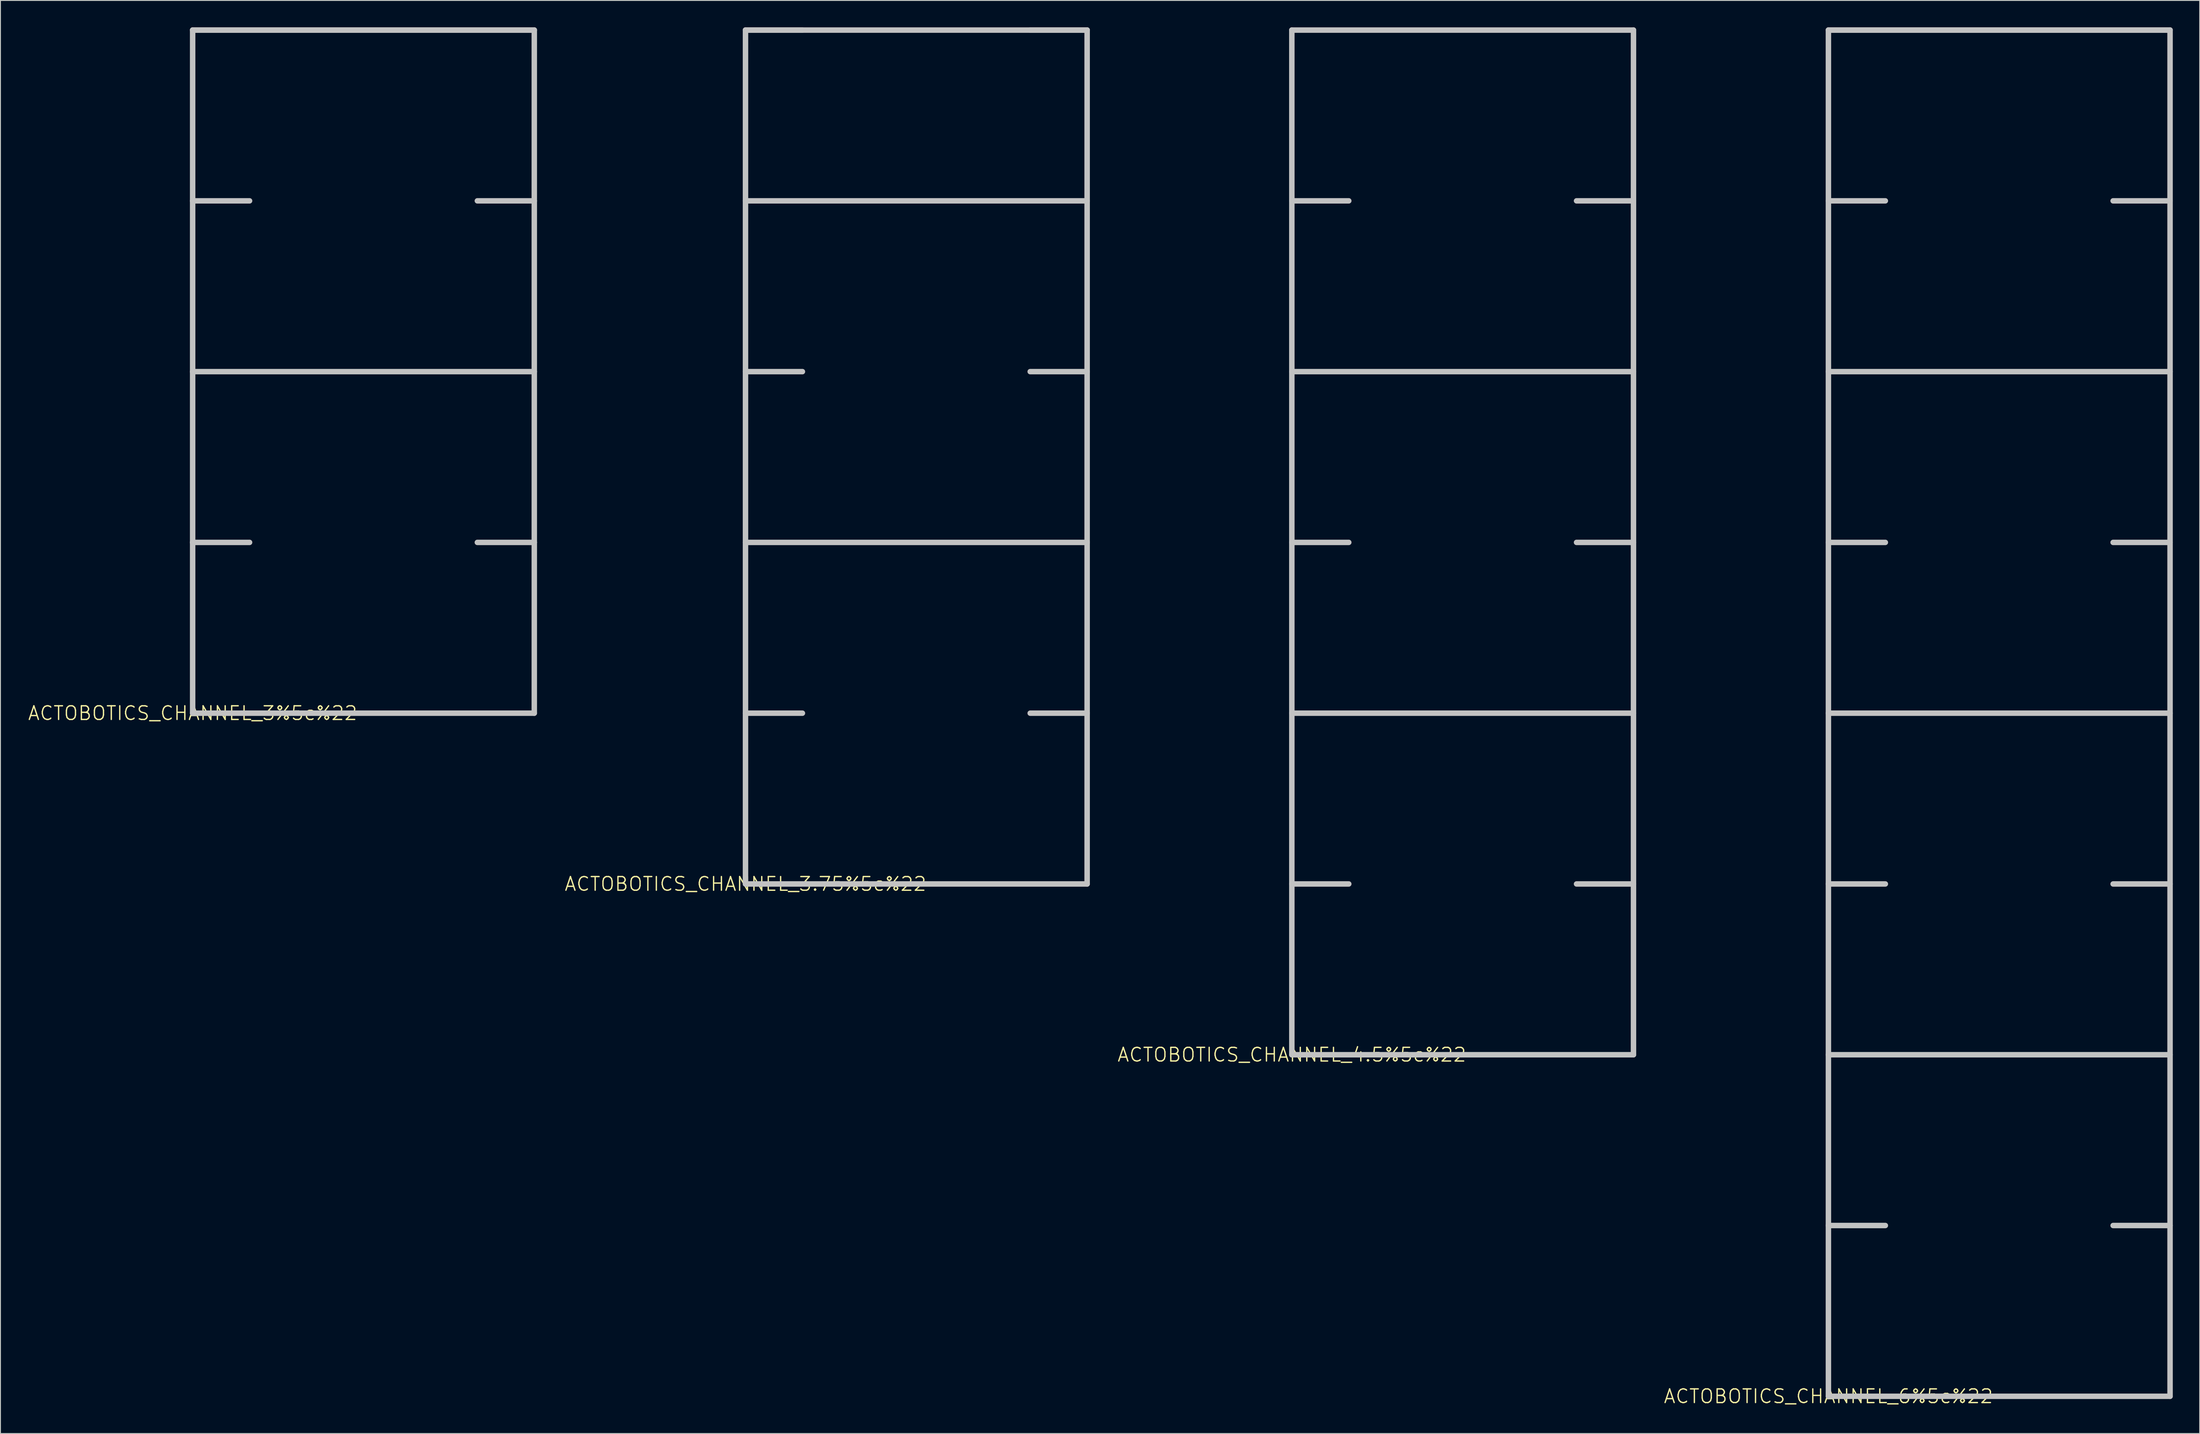
<source format=kicad_pcb>
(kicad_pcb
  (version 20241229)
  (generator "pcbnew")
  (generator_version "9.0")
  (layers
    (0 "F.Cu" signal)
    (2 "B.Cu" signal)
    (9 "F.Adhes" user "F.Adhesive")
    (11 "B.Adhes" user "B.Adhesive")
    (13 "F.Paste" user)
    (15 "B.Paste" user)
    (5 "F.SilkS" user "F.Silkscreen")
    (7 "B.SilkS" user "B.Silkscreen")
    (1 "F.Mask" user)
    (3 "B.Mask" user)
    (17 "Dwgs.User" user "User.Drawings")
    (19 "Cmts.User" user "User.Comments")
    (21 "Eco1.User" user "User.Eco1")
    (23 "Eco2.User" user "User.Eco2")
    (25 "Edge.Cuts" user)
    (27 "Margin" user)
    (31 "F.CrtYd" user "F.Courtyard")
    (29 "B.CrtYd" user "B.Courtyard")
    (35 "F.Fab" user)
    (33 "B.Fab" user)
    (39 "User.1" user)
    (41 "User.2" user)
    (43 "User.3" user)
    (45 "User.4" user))
  (footprint "ACTOBOTICS_CHANNEL_4.5%5c%22"
    (layer "F.Cu")
    (at 141.012 114.605)
    (property "Reference" "ACTOBOTICS_CHANNEL_4.5%5c%22" (at 0 0 0) (layer "F.SilkS") (effects (font (size 1.524 1.524) (thickness 0.15))))
    (attr exclude_from_pos_files exclude_from_bom)
    (fp_line (start 0 -114.3) (end 0 -76.2) (stroke (width 0.61) (type solid)) (layer "Dwgs.User"))
    (fp_line (start 0 -95.25) (end 6.35 -95.25) (stroke (width 0.61) (type solid)) (layer "Dwgs.User"))
    (fp_line (start 0 -76.2) (end 0 -57.15) (stroke (width 0.61) (type solid)) (layer "Dwgs.User"))
    (fp_line (start 0 -76.2) (end 38.1 -76.2) (stroke (width 0.61) (type solid)) (layer "Dwgs.User"))
    (fp_line (start 0 -57.15) (end 0 -38.1) (stroke (width 0.61) (type solid)) (layer "Dwgs.User"))
    (fp_line (start 0 -57.15) (end 6.35 -57.15) (stroke (width 0.61) (type solid)) (layer "Dwgs.User"))
    (fp_line (start 0 -38.1) (end 0 -19.05) (stroke (width 0.61) (type solid)) (layer "Dwgs.User"))
    (fp_line (start 0 -38.1) (end 38.1 -38.1) (stroke (width 0.61) (type solid)) (layer "Dwgs.User"))
    (fp_line (start 0 -19.05) (end 0 0) (stroke (width 0.61) (type solid)) (layer "Dwgs.User"))
    (fp_line (start 0 -19.05) (end 6.35 -19.05) (stroke (width 0.61) (type solid)) (layer "Dwgs.User"))
    (fp_line (start 0 0) (end 38.1 0) (stroke (width 0.61) (type solid)) (layer "Dwgs.User"))
    (fp_line (start 38.1 -114.3) (end 0 -114.3) (stroke (width 0.61) (type solid)) (layer "Dwgs.User"))
    (fp_line (start 38.1 -95.25) (end 31.75 -95.25) (stroke (width 0.61) (type solid)) (layer "Dwgs.User"))
    (fp_line (start 38.1 -76.2) (end 38.1 -114.3) (stroke (width 0.61) (type solid)) (layer "Dwgs.User"))
    (fp_line (start 38.1 -57.15) (end 31.75 -57.15) (stroke (width 0.61) (type solid)) (layer "Dwgs.User"))
    (fp_line (start 38.1 -57.15) (end 38.1 -76.2) (stroke (width 0.61) (type solid)) (layer "Dwgs.User"))
    (fp_line (start 38.1 -38.1) (end 38.1 -57.15) (stroke (width 0.61) (type solid)) (layer "Dwgs.User"))
    (fp_line (start 38.1 -19.05) (end 31.75 -19.05) (stroke (width 0.61) (type solid)) (layer "Dwgs.User"))
    (fp_line (start 38.1 -19.05) (end 38.1 -38.1) (stroke (width 0.61) (type solid)) (layer "Dwgs.User"))
    (fp_line (start 38.1 0) (end 38.1 -19.05) (stroke (width 0.61) (type solid)) (layer "Dwgs.User")))
  (footprint "ACTOBOTICS_CHANNEL_6%5c%22"
    (layer "F.Cu")
    (at 200.85 152.705)
    (property "Reference" "ACTOBOTICS_CHANNEL_6%5c%22" (at 0 0 0) (layer "F.SilkS") (effects (font (size 1.524 1.524) (thickness 0.15))))
    (attr exclude_from_pos_files exclude_from_bom)
    (fp_line (start 0 -152.4) (end 0 -114.3) (stroke (width 0.61) (type solid)) (layer "Dwgs.User"))
    (fp_line (start 0 -152.4) (end 38.1 -152.4) (stroke (width 0.61) (type solid)) (layer "Dwgs.User"))
    (fp_line (start 0 -133.35) (end 6.35 -133.35) (stroke (width 0.61) (type solid)) (layer "Dwgs.User"))
    (fp_line (start 0 -114.3) (end 0 -76.2) (stroke (width 0.61) (type solid)) (layer "Dwgs.User"))
    (fp_line (start 0 -114.3) (end 38.1 -114.3) (stroke (width 0.61) (type solid)) (layer "Dwgs.User"))
    (fp_line (start 0 -95.25) (end 6.35 -95.25) (stroke (width 0.61) (type solid)) (layer "Dwgs.User"))
    (fp_line (start 0 -76.2) (end 0 -57.15) (stroke (width 0.61) (type solid)) (layer "Dwgs.User"))
    (fp_line (start 0 -76.2) (end 38.1 -76.2) (stroke (width 0.61) (type solid)) (layer "Dwgs.User"))
    (fp_line (start 0 -57.15) (end 0 -38.1) (stroke (width 0.61) (type solid)) (layer "Dwgs.User"))
    (fp_line (start 0 -57.15) (end 6.35 -57.15) (stroke (width 0.61) (type solid)) (layer "Dwgs.User"))
    (fp_line (start 0 -38.1) (end 0 -19.05) (stroke (width 0.61) (type solid)) (layer "Dwgs.User"))
    (fp_line (start 0 -38.1) (end 38.1 -38.1) (stroke (width 0.61) (type solid)) (layer "Dwgs.User"))
    (fp_line (start 0 -19.05) (end 0 0) (stroke (width 0.61) (type solid)) (layer "Dwgs.User"))
    (fp_line (start 0 -19.05) (end 6.35 -19.05) (stroke (width 0.61) (type solid)) (layer "Dwgs.User"))
    (fp_line (start 0 0) (end 38.1 0) (stroke (width 0.61) (type solid)) (layer "Dwgs.User"))
    (fp_line (start 38.1 -152.4) (end 0 -152.4) (stroke (width 0.61) (type solid)) (layer "Dwgs.User"))
    (fp_line (start 38.1 -133.35) (end 31.75 -133.35) (stroke (width 0.61) (type solid)) (layer "Dwgs.User"))
    (fp_line (start 38.1 -114.3) (end 38.1 -152.4) (stroke (width 0.61) (type solid)) (layer "Dwgs.User"))
    (fp_line (start 38.1 -95.25) (end 31.75 -95.25) (stroke (width 0.61) (type solid)) (layer "Dwgs.User"))
    (fp_line (start 38.1 -76.2) (end 38.1 -114.3) (stroke (width 0.61) (type solid)) (layer "Dwgs.User"))
    (fp_line (start 38.1 -57.15) (end 31.75 -57.15) (stroke (width 0.61) (type solid)) (layer "Dwgs.User"))
    (fp_line (start 38.1 -57.15) (end 38.1 -76.2) (stroke (width 0.61) (type solid)) (layer "Dwgs.User"))
    (fp_line (start 38.1 -38.1) (end 38.1 -57.15) (stroke (width 0.61) (type solid)) (layer "Dwgs.User"))
    (fp_line (start 38.1 -19.05) (end 31.75 -19.05) (stroke (width 0.61) (type solid)) (layer "Dwgs.User"))
    (fp_line (start 38.1 -19.05) (end 38.1 -38.1) (stroke (width 0.61) (type solid)) (layer "Dwgs.User"))
    (fp_line (start 38.1 0) (end 38.1 -19.05) (stroke (width 0.61) (type solid)) (layer "Dwgs.User")))
  (footprint "ACTOBOTICS_CHANNEL_3.75%5c%22"
    (layer "F.Cu")
    (at 80.085 95.555)
    (property "Reference" "ACTOBOTICS_CHANNEL_3.75%5c%22" (at 0 0 0) (layer "F.SilkS") (effects (font (size 1.524 1.524) (thickness 0.15))))
    (attr exclude_from_pos_files exclude_from_bom)
    (fp_line (start 0 -95.25) (end 0 -76.2) (stroke (width 0.61) (type solid)) (layer "Dwgs.User"))
    (fp_line (start 0 -95.25) (end 6.35 -95.25) (stroke (width 0.61) (type solid)) (layer "Dwgs.User"))
    (fp_line (start 0 -76.2) (end 0 -57.15) (stroke (width 0.61) (type solid)) (layer "Dwgs.User"))
    (fp_line (start 0 -76.2) (end 38.1 -76.2) (stroke (width 0.61) (type solid)) (layer "Dwgs.User"))
    (fp_line (start 0 -57.15) (end 0 -38.1) (stroke (width 0.61) (type solid)) (layer "Dwgs.User"))
    (fp_line (start 0 -57.15) (end 6.35 -57.15) (stroke (width 0.61) (type solid)) (layer "Dwgs.User"))
    (fp_line (start 0 -38.1) (end 0 -19.05) (stroke (width 0.61) (type solid)) (layer "Dwgs.User"))
    (fp_line (start 0 -38.1) (end 38.1 -38.1) (stroke (width 0.61) (type solid)) (layer "Dwgs.User"))
    (fp_line (start 0 -19.05) (end 0 0) (stroke (width 0.61) (type solid)) (layer "Dwgs.User"))
    (fp_line (start 0 -19.05) (end 6.35 -19.05) (stroke (width 0.61) (type solid)) (layer "Dwgs.User"))
    (fp_line (start 0 0) (end 38.1 0) (stroke (width 0.61) (type solid)) (layer "Dwgs.User"))
    (fp_line (start 38.1 -95.25) (end 0 -95.25) (stroke (width 0.61) (type solid)) (layer "Dwgs.User"))
    (fp_line (start 38.1 -95.25) (end 31.75 -95.25) (stroke (width 0.61) (type solid)) (layer "Dwgs.User"))
    (fp_line (start 38.1 -76.2) (end 38.1 -95.25) (stroke (width 0.61) (type solid)) (layer "Dwgs.User"))
    (fp_line (start 38.1 -57.15) (end 31.75 -57.15) (stroke (width 0.61) (type solid)) (layer "Dwgs.User"))
    (fp_line (start 38.1 -57.15) (end 38.1 -76.2) (stroke (width 0.61) (type solid)) (layer "Dwgs.User"))
    (fp_line (start 38.1 -38.1) (end 38.1 -57.15) (stroke (width 0.61) (type solid)) (layer "Dwgs.User"))
    (fp_line (start 38.1 -19.05) (end 31.75 -19.05) (stroke (width 0.61) (type solid)) (layer "Dwgs.User"))
    (fp_line (start 38.1 -19.05) (end 38.1 -38.1) (stroke (width 0.61) (type solid)) (layer "Dwgs.User"))
    (fp_line (start 38.1 0) (end 38.1 -19.05) (stroke (width 0.61) (type solid)) (layer "Dwgs.User")))
  (footprint "ACTOBOTICS_CHANNEL_3%5c%22"
    (layer "F.Cu")
    (at 18.433 76.505)
    (property "Reference" "ACTOBOTICS_CHANNEL_3%5c%22" (at 0 0 0) (layer "F.SilkS") (effects (font (size 1.524 1.524) (thickness 0.15))))
    (attr exclude_from_pos_files exclude_from_bom)
    (fp_line (start 0 -76.2) (end 0 -57.15) (stroke (width 0.61) (type solid)) (layer "Dwgs.User"))
    (fp_line (start 0 -76.2) (end 38.1 -76.2) (stroke (width 0.61) (type solid)) (layer "Dwgs.User"))
    (fp_line (start 0 -57.15) (end 0 -38.1) (stroke (width 0.61) (type solid)) (layer "Dwgs.User"))
    (fp_line (start 0 -57.15) (end 6.35 -57.15) (stroke (width 0.61) (type solid)) (layer "Dwgs.User"))
    (fp_line (start 0 -38.1) (end 0 -19.05) (stroke (width 0.61) (type solid)) (layer "Dwgs.User"))
    (fp_line (start 0 -38.1) (end 38.1 -38.1) (stroke (width 0.61) (type solid)) (layer "Dwgs.User"))
    (fp_line (start 0 -19.05) (end 0 0) (stroke (width 0.61) (type solid)) (layer "Dwgs.User"))
    (fp_line (start 0 -19.05) (end 6.35 -19.05) (stroke (width 0.61) (type solid)) (layer "Dwgs.User"))
    (fp_line (start 0 0) (end 38.1 0) (stroke (width 0.61) (type solid)) (layer "Dwgs.User"))
    (fp_line (start 38.1 -76.2) (end 0 -76.2) (stroke (width 0.61) (type solid)) (layer "Dwgs.User"))
    (fp_line (start 38.1 -57.15) (end 31.75 -57.15) (stroke (width 0.61) (type solid)) (layer "Dwgs.User"))
    (fp_line (start 38.1 -57.15) (end 38.1 -76.2) (stroke (width 0.61) (type solid)) (layer "Dwgs.User"))
    (fp_line (start 38.1 -38.1) (end 38.1 -57.15) (stroke (width 0.61) (type solid)) (layer "Dwgs.User"))
    (fp_line (start 38.1 -19.05) (end 31.75 -19.05) (stroke (width 0.61) (type solid)) (layer "Dwgs.User"))
    (fp_line (start 38.1 -19.05) (end 38.1 -38.1) (stroke (width 0.61) (type solid)) (layer "Dwgs.User"))
    (fp_line (start 38.1 0) (end 38.1 -19.05) (stroke (width 0.61) (type solid)) (layer "Dwgs.User")))
  (gr_rect
    (start -3 -3)
    (end 242.255 156.86)
    (stroke (width 0.1) (type default))
    (fill no)
    (layer "Edge.Cuts")))
</source>
